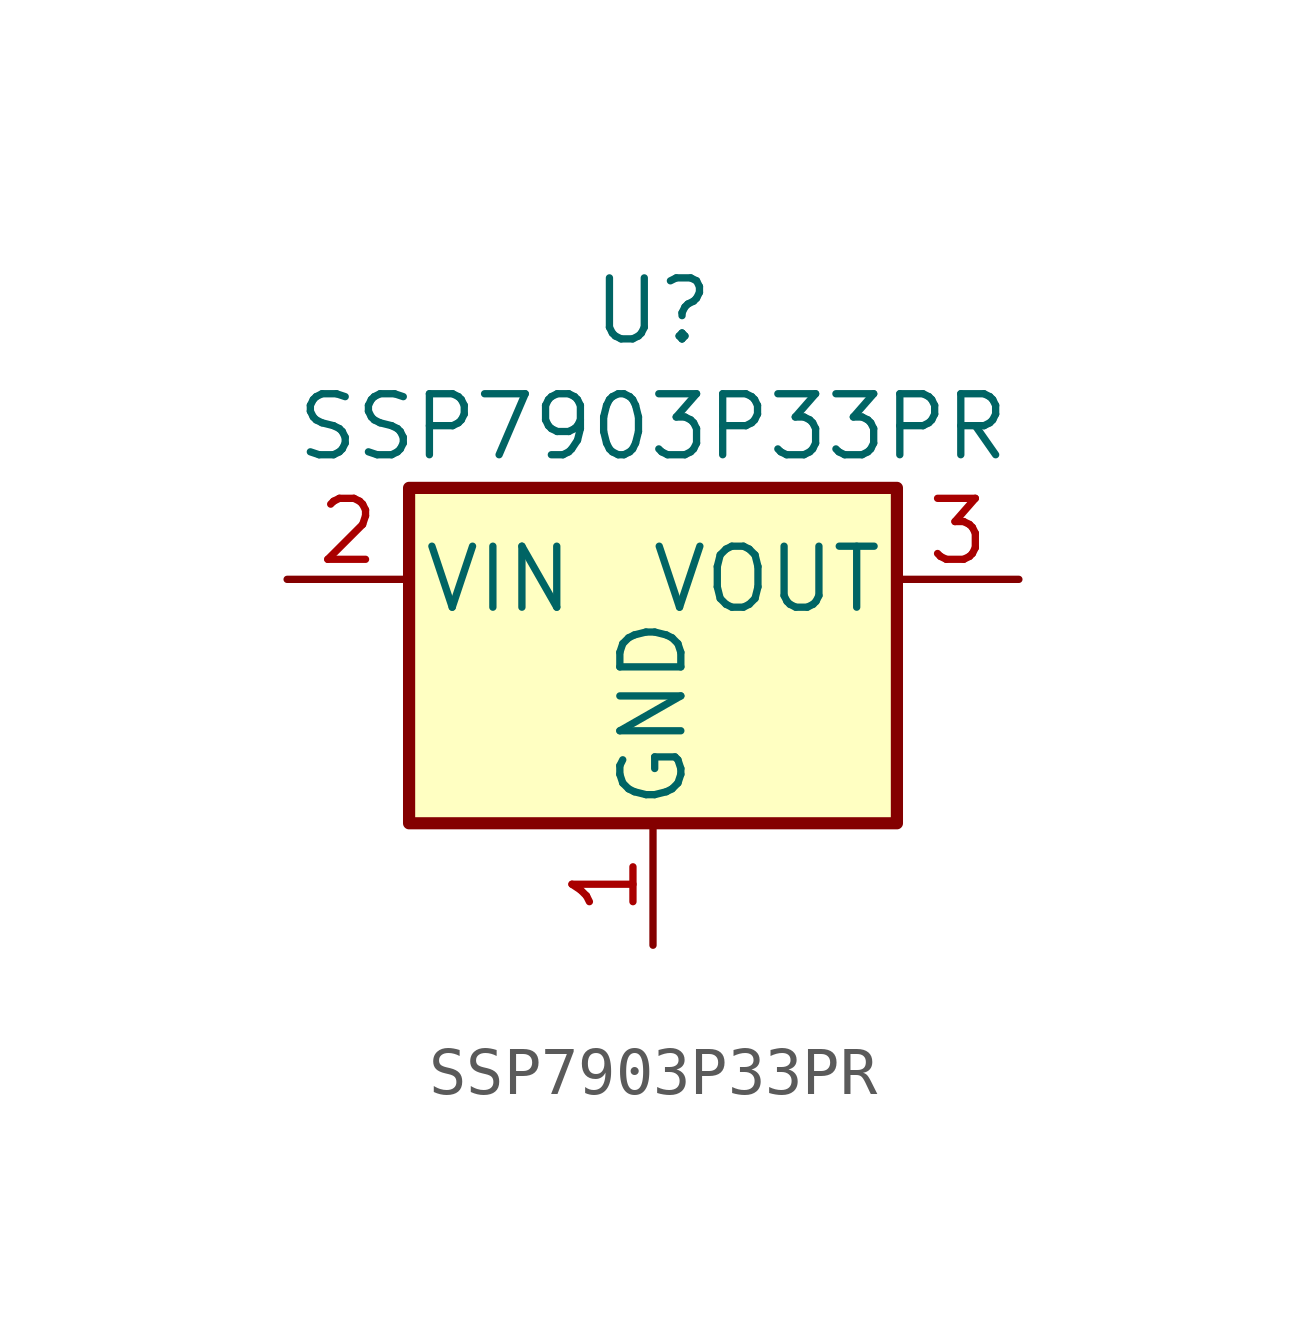
<source format=kicad_sym>
(kicad_symbol_lib
  (version 20241209)
  (generator "kicad_symbol_editor")
  (generator_version "9.0")
  (symbol "SSP7903P33PR"
    (pin_names
      (offset 0.254))
    (property "Reference" "U"
      (at 0 5.588 0)
      (effects (font (size 1.27 1.27))))
    (property "Value" "SSP7903P33PR"
      (at 0 3.175 0)
      (effects (font (size 1.27 1.27))))
    (symbol "SSP7903P33PR_0_1"
      (rectangle (start -5.08 1.905) (end 5.08 -5.08) (stroke (width 0.254) (type default)) (fill (type background))))
    (symbol "SSP7903P33PR_1_1"
      (pin power_in line (at -7.62 0 0) (length 2.54) (name "VIN" (effects (font (size 1.27 1.27)))) (number "2" (effects (font (size 1.27 1.27)))))
      (pin power_in line (at 0 -7.62 90) (length 2.54) (name "GND" (effects (font (size 1.27 1.27)))) (number "1" (effects (font (size 1.27 1.27)))))
      (pin power_out line (at 7.62 0 180) (length 2.54) (name "VOUT" (effects (font (size 1.27 1.27)))) (number "3" (effects (font (size 1.27 1.27))))))))
</source>
